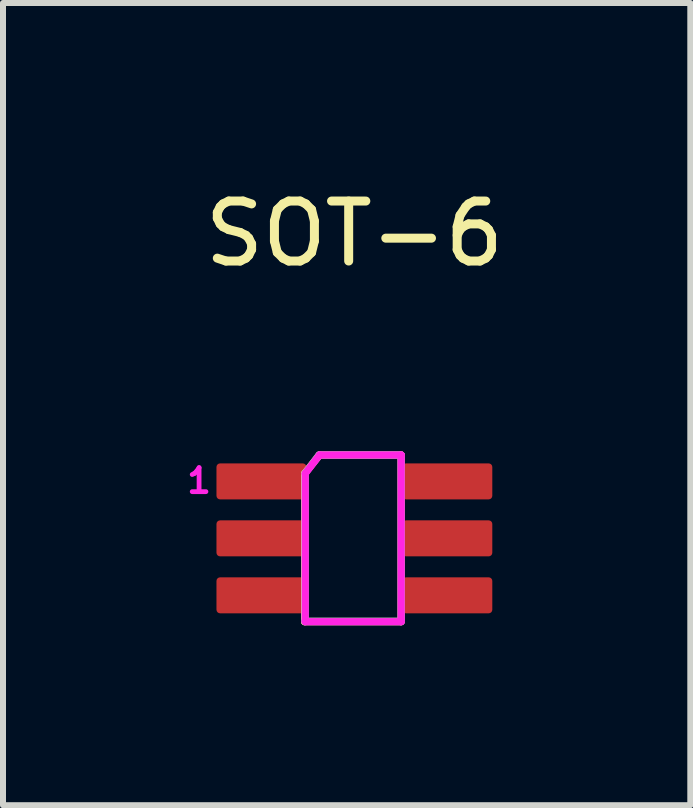
<source format=kicad_pcb>
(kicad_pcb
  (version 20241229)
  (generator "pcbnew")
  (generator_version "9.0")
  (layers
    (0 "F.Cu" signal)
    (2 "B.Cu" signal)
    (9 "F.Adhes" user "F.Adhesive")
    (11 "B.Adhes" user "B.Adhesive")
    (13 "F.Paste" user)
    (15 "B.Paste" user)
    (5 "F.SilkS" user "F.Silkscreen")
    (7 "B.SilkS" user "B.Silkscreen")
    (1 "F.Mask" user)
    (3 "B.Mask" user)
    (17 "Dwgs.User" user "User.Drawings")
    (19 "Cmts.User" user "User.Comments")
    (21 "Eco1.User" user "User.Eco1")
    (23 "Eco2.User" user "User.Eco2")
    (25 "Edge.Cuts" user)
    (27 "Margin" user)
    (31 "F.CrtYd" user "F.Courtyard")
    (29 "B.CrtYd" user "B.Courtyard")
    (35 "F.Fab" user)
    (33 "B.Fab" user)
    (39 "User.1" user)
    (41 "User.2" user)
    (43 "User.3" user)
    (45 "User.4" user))
  (footprint "SOT-6"
    (layer "F.Cu")
    (at 2.86 5.928)
    (property "Reference" "SOT-6" (at 0 -5.08 0) (layer "F.SilkS") (effects (font (size 1 1) (thickness 0.15))))
    (attr through_hole)
    (fp_line (start -0.83 -1.08) (end -0.58 -1.39) (stroke (width 0.12) (type solid)) (layer "F.SilkS"))
    (fp_line (start -0.83 -1.01) (end -0.83 -1.08) (stroke (width 0.12) (type solid)) (layer "F.SilkS"))
    (fp_line (start -0.83 -0.92) (end -0.83 -1.01) (stroke (width 0.12) (type solid)) (layer "F.SilkS"))
    (fp_line (start -0.83 1.39) (end -0.83 -0.92) (stroke (width 0.12) (type solid)) (layer "F.SilkS"))
    (fp_line (start -0.83 1.39) (end 0.78 1.39) (stroke (width 0.12) (type solid)) (layer "F.SilkS"))
    (fp_line (start -0.58 -1.39) (end 0.78 -1.39) (stroke (width 0.12) (type solid)) (layer "F.SilkS"))
    (fp_line (start 0.78 1.39) (end 0.78 -1.39) (stroke (width 0.12) (type solid)) (layer "F.SilkS"))
    (fp_line (start -0.82 -1.08) (end -0.58 -1.39) (stroke (width 0.12) (type solid)) (layer "F.CrtYd"))
    (fp_line (start -0.82 1.39) (end -0.82 -1.08) (stroke (width 0.12) (type solid)) (layer "F.CrtYd"))
    (fp_line (start -0.82 1.39) (end 0.78 1.39) (stroke (width 0.12) (type solid)) (layer "F.CrtYd"))
    (fp_line (start -0.58 -1.39) (end 0.78 -1.39) (stroke (width 0.12) (type solid)) (layer "F.CrtYd"))
    (fp_line (start 0.78 1.39) (end 0.78 -1.39) (stroke (width 0.12) (type solid)) (layer "F.CrtYd"))
    (fp_line (start -0.83 1.38) (end 0.78 1.38) (stroke (width 0.12) (type solid)) (layer "F.Fab"))
    (fp_line (start -0.82 -1.09) (end -0.59 -1.39) (stroke (width 0.12) (type solid)) (layer "F.Fab"))
    (fp_line (start -0.82 1.38) (end -0.82 -1.09) (stroke (width 0.12) (type solid)) (layer "F.Fab"))
    (fp_line (start -0.59 -1.39) (end 0.77 -1.39) (stroke (width 0.12) (type solid)) (layer "F.Fab"))
    (fp_line (start 0.78 1.38) (end 0.78 -1.39) (stroke (width 0.12) (type solid)) (layer "F.Fab"))
    (fp_text user "1" (at -2.59 -0.96 0) (layer "F.CrtYd") (effects (font (size 0.4 0.4) (thickness 0.08))))
    (pad "1" smd roundrect (at -1.55 -0.95) (size 1.5 0.6) (layers "F.Cu" "F.Mask" "F.Paste") (roundrect_rratio 0.1))
    (pad "2" smd roundrect (at -1.55 0) (size 1.5 0.6) (layers "F.Cu" "F.Mask" "F.Paste") (roundrect_rratio 0.1))
    (pad "3" smd roundrect (at -1.55 0.95) (size 1.5 0.6) (layers "F.Cu" "F.Mask" "F.Paste") (roundrect_rratio 0.1))
    (pad "4" smd roundrect (at 1.55 0.95) (size 1.5 0.6) (layers "F.Cu" "F.Mask" "F.Paste") (roundrect_rratio 0.1))
    (pad "5" smd roundrect (at 1.55 0) (size 1.5 0.6) (layers "F.Cu" "F.Mask" "F.Paste") (roundrect_rratio 0.1))
    (pad "6" smd roundrect (at 1.55 -0.95) (size 1.5 0.6) (layers "F.Cu" "F.Mask" "F.Paste") (roundrect_rratio 0.1)))
  (gr_rect
    (start -3 -3)
    (end 8.462 10.378)
    (stroke (width 0.1) (type default))
    (fill no)
    (layer "Edge.Cuts")))
</source>
